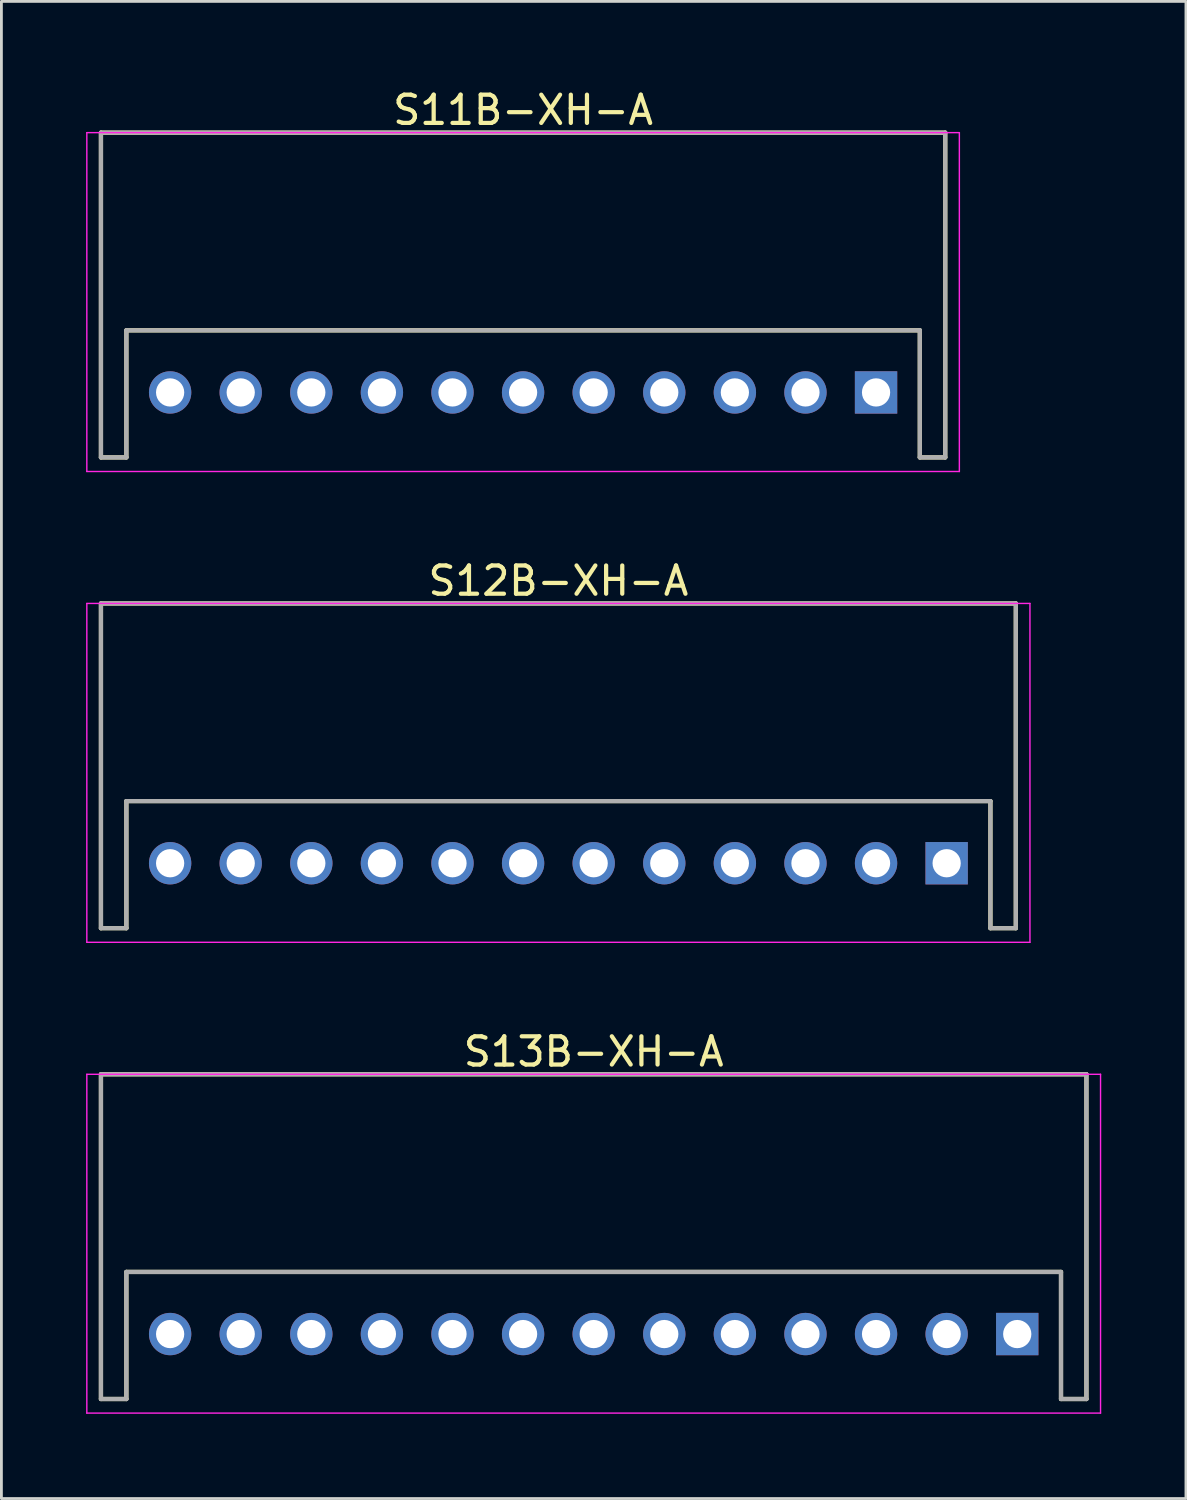
<source format=kicad_pcb>
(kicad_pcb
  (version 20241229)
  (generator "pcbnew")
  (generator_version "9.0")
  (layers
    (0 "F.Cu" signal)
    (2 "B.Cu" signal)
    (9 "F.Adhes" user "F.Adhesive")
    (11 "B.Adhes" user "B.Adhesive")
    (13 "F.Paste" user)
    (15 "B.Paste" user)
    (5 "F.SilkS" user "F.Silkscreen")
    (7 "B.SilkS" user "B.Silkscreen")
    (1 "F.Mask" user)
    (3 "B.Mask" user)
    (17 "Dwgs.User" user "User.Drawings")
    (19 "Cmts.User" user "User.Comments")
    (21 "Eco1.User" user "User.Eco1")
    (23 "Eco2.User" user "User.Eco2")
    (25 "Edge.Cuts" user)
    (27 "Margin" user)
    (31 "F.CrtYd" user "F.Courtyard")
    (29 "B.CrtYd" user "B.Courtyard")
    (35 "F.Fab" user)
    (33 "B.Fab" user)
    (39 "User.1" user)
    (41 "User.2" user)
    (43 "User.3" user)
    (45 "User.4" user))
  (footprint "S11B-XH-A"
    (layer "F.Cu")
    (at 15.475 10.848)
    (property "Reference" "S11B-XH-A" (at 0 -10 0) (layer "F.SilkS") (effects (font (size 1 1) (thickness 0.15))))
    (attr smd)
    (fp_line (start -14.95 -9.2) (end -14.95 2.3) (stroke (width 0.15) (type solid)) (layer "F.SilkS"))
    (fp_line (start -14.95 -9.2) (end 14.95 -9.2) (stroke (width 0.15) (type solid)) (layer "F.SilkS"))
    (fp_line (start -14.95 2.3) (end -14.05 2.3) (stroke (width 0.15) (type solid)) (layer "F.SilkS"))
    (fp_line (start -14.05 -2.2) (end -14.05 2.3) (stroke (width 0.15) (type solid)) (layer "F.SilkS"))
    (fp_line (start -14.05 -2.2) (end 14.05 -2.2) (stroke (width 0.15) (type solid)) (layer "F.SilkS"))
    (fp_line (start 14.05 -2.2) (end 14.05 2.3) (stroke (width 0.15) (type solid)) (layer "F.SilkS"))
    (fp_line (start 14.05 2.3) (end 14.95 2.3) (stroke (width 0.15) (type solid)) (layer "F.SilkS"))
    (fp_line (start 14.95 -9.2) (end 14.95 2.3) (stroke (width 0.15) (type solid)) (layer "F.SilkS"))
    (fp_line (start -15.45 -9.2) (end -15.45 2.8) (stroke (width 0.05) (type solid)) (layer "F.CrtYd"))
    (fp_line (start -15.45 -9.2) (end 15.45 -9.2) (stroke (width 0.05) (type solid)) (layer "F.CrtYd"))
    (fp_line (start -15.45 2.8) (end 15.45 2.8) (stroke (width 0.05) (type solid)) (layer "F.CrtYd"))
    (fp_line (start 15.45 -9.2) (end 15.45 2.8) (stroke (width 0.05) (type solid)) (layer "F.CrtYd"))
    (fp_line (start -14.95 -9.2) (end -14.95 2.3) (stroke (width 0.15) (type solid)) (layer "F.Fab"))
    (fp_line (start -14.95 -9.2) (end 14.95 -9.2) (stroke (width 0.15) (type solid)) (layer "F.Fab"))
    (fp_line (start -14.95 2.3) (end -14.05 2.3) (stroke (width 0.15) (type solid)) (layer "F.Fab"))
    (fp_line (start -14.05 -2.2) (end -14.05 2.3) (stroke (width 0.15) (type solid)) (layer "F.Fab"))
    (fp_line (start -14.05 -2.2) (end 14.05 -2.2) (stroke (width 0.15) (type solid)) (layer "F.Fab"))
    (fp_line (start 14.05 -2.2) (end 14.05 2.3) (stroke (width 0.15) (type solid)) (layer "F.Fab"))
    (fp_line (start 14.05 2.3) (end 14.95 2.3) (stroke (width 0.15) (type solid)) (layer "F.Fab"))
    (fp_line (start 14.95 -9.2) (end 14.95 2.3) (stroke (width 0.15) (type solid)) (layer "F.Fab"))
    (pad "1" thru_hole rect (at 12.5 0 180) (size 1.5 1.5) (drill 1) (layers "*.Cu" "*.Mask"))
    (pad "2" thru_hole circle (at 10 0 180) (size 1.5 1.5) (drill 1) (layers "*.Cu" "*.Mask"))
    (pad "3" thru_hole circle (at 7.5 0 180) (size 1.5 1.5) (drill 1) (layers "*.Cu" "*.Mask"))
    (pad "4" thru_hole circle (at 5 0 180) (size 1.5 1.5) (drill 1) (layers "*.Cu" "*.Mask"))
    (pad "5" thru_hole circle (at 2.5 0 180) (size 1.5 1.5) (drill 1) (layers "*.Cu" "*.Mask"))
    (pad "6" thru_hole circle (at 0 0 180) (size 1.5 1.5) (drill 1) (layers "*.Cu" "*.Mask"))
    (pad "7" thru_hole circle (at -2.5 0 180) (size 1.5 1.5) (drill 1) (layers "*.Cu" "*.Mask"))
    (pad "8" thru_hole circle (at -5 0 180) (size 1.5 1.5) (drill 1) (layers "*.Cu" "*.Mask"))
    (pad "9" thru_hole circle (at -7.5 0 180) (size 1.5 1.5) (drill 1) (layers "*.Cu" "*.Mask"))
    (pad "10" thru_hole circle (at -10 0 180) (size 1.5 1.5) (drill 1) (layers "*.Cu" "*.Mask"))
    (pad "11" thru_hole circle (at -12.5 0 180) (size 1.5 1.5) (drill 1) (layers "*.Cu" "*.Mask")))
  (footprint "S13B-XH-A"
    (layer "F.Cu")
    (at 17.975 44.195)
    (property "Reference" "S13B-XH-A" (at 0 -10 0) (layer "F.SilkS") (effects (font (size 1 1) (thickness 0.15))))
    (attr smd)
    (fp_line (start -17.45 -9.2) (end -17.45 2.3) (stroke (width 0.15) (type solid)) (layer "F.SilkS"))
    (fp_line (start -17.45 -9.2) (end 17.45 -9.2) (stroke (width 0.15) (type solid)) (layer "F.SilkS"))
    (fp_line (start -17.45 2.3) (end -16.55 2.3) (stroke (width 0.15) (type solid)) (layer "F.SilkS"))
    (fp_line (start -16.55 -2.2) (end -16.55 2.3) (stroke (width 0.15) (type solid)) (layer "F.SilkS"))
    (fp_line (start -16.55 -2.2) (end 16.55 -2.2) (stroke (width 0.15) (type solid)) (layer "F.SilkS"))
    (fp_line (start 16.55 -2.2) (end 16.55 2.3) (stroke (width 0.15) (type solid)) (layer "F.SilkS"))
    (fp_line (start 16.55 2.3) (end 17.45 2.3) (stroke (width 0.15) (type solid)) (layer "F.SilkS"))
    (fp_line (start 17.45 -9.2) (end 17.45 2.3) (stroke (width 0.15) (type solid)) (layer "F.SilkS"))
    (fp_line (start -17.95 -9.2) (end -17.95 2.8) (stroke (width 0.05) (type solid)) (layer "F.CrtYd"))
    (fp_line (start -17.95 -9.2) (end 17.95 -9.2) (stroke (width 0.05) (type solid)) (layer "F.CrtYd"))
    (fp_line (start -17.95 2.8) (end 17.95 2.8) (stroke (width 0.05) (type solid)) (layer "F.CrtYd"))
    (fp_line (start 17.95 -9.2) (end 17.95 2.8) (stroke (width 0.05) (type solid)) (layer "F.CrtYd"))
    (fp_line (start -17.45 -9.2) (end -17.45 2.3) (stroke (width 0.15) (type solid)) (layer "F.Fab"))
    (fp_line (start -17.45 -9.2) (end 17.45 -9.2) (stroke (width 0.15) (type solid)) (layer "F.Fab"))
    (fp_line (start -17.45 2.3) (end -16.55 2.3) (stroke (width 0.15) (type solid)) (layer "F.Fab"))
    (fp_line (start -16.55 -2.2) (end -16.55 2.3) (stroke (width 0.15) (type solid)) (layer "F.Fab"))
    (fp_line (start -16.55 -2.2) (end 16.55 -2.2) (stroke (width 0.15) (type solid)) (layer "F.Fab"))
    (fp_line (start 16.55 -2.2) (end 16.55 2.3) (stroke (width 0.15) (type solid)) (layer "F.Fab"))
    (fp_line (start 16.55 2.3) (end 17.45 2.3) (stroke (width 0.15) (type solid)) (layer "F.Fab"))
    (fp_line (start 17.45 -9.2) (end 17.45 2.3) (stroke (width 0.15) (type solid)) (layer "F.Fab"))
    (pad "1" thru_hole rect (at 15 0 180) (size 1.5 1.5) (drill 1) (layers "*.Cu" "*.Mask"))
    (pad "2" thru_hole circle (at 12.5 0 180) (size 1.5 1.5) (drill 1) (layers "*.Cu" "*.Mask"))
    (pad "3" thru_hole circle (at 10 0 180) (size 1.5 1.5) (drill 1) (layers "*.Cu" "*.Mask"))
    (pad "4" thru_hole circle (at 7.5 0 180) (size 1.5 1.5) (drill 1) (layers "*.Cu" "*.Mask"))
    (pad "5" thru_hole circle (at 5 0 180) (size 1.5 1.5) (drill 1) (layers "*.Cu" "*.Mask"))
    (pad "6" thru_hole circle (at 2.5 0 180) (size 1.5 1.5) (drill 1) (layers "*.Cu" "*.Mask"))
    (pad "7" thru_hole circle (at 0 0 180) (size 1.5 1.5) (drill 1) (layers "*.Cu" "*.Mask"))
    (pad "8" thru_hole circle (at -2.5 0 180) (size 1.5 1.5) (drill 1) (layers "*.Cu" "*.Mask"))
    (pad "9" thru_hole circle (at -5 0 180) (size 1.5 1.5) (drill 1) (layers "*.Cu" "*.Mask"))
    (pad "10" thru_hole circle (at -7.5 0 180) (size 1.5 1.5) (drill 1) (layers "*.Cu" "*.Mask"))
    (pad "11" thru_hole circle (at -10 0 180) (size 1.5 1.5) (drill 1) (layers "*.Cu" "*.Mask"))
    (pad "12" thru_hole circle (at -12.5 0 180) (size 1.5 1.5) (drill 1) (layers "*.Cu" "*.Mask"))
    (pad "13" thru_hole circle (at -15 0 180) (size 1.5 1.5) (drill 1) (layers "*.Cu" "*.Mask")))
  (footprint "S12B-XH-A"
    (layer "F.Cu")
    (at 16.725 27.521)
    (property "Reference" "S12B-XH-A" (at 0 -10 0) (layer "F.SilkS") (effects (font (size 1 1) (thickness 0.15))))
    (attr smd)
    (fp_line (start -16.2 -9.2) (end -16.2 2.3) (stroke (width 0.15) (type solid)) (layer "F.SilkS"))
    (fp_line (start -16.2 -9.2) (end 16.2 -9.2) (stroke (width 0.15) (type solid)) (layer "F.SilkS"))
    (fp_line (start -16.2 2.3) (end -15.3 2.3) (stroke (width 0.15) (type solid)) (layer "F.SilkS"))
    (fp_line (start -15.3 -2.2) (end -15.3 2.3) (stroke (width 0.15) (type solid)) (layer "F.SilkS"))
    (fp_line (start -15.3 -2.2) (end 15.3 -2.2) (stroke (width 0.15) (type solid)) (layer "F.SilkS"))
    (fp_line (start 15.3 -2.2) (end 15.3 2.3) (stroke (width 0.15) (type solid)) (layer "F.SilkS"))
    (fp_line (start 15.3 2.3) (end 16.2 2.3) (stroke (width 0.15) (type solid)) (layer "F.SilkS"))
    (fp_line (start 16.2 -9.2) (end 16.2 2.3) (stroke (width 0.15) (type solid)) (layer "F.SilkS"))
    (fp_line (start -16.7 -9.2) (end -16.7 2.8) (stroke (width 0.05) (type solid)) (layer "F.CrtYd"))
    (fp_line (start -16.7 -9.2) (end 16.7 -9.2) (stroke (width 0.05) (type solid)) (layer "F.CrtYd"))
    (fp_line (start -16.7 2.8) (end 16.7 2.8) (stroke (width 0.05) (type solid)) (layer "F.CrtYd"))
    (fp_line (start 16.7 -9.2) (end 16.7 2.8) (stroke (width 0.05) (type solid)) (layer "F.CrtYd"))
    (fp_line (start -16.2 -9.2) (end -16.2 2.3) (stroke (width 0.15) (type solid)) (layer "F.Fab"))
    (fp_line (start -16.2 -9.2) (end 16.2 -9.2) (stroke (width 0.15) (type solid)) (layer "F.Fab"))
    (fp_line (start -16.2 2.3) (end -15.3 2.3) (stroke (width 0.15) (type solid)) (layer "F.Fab"))
    (fp_line (start -15.3 -2.2) (end -15.3 2.3) (stroke (width 0.15) (type solid)) (layer "F.Fab"))
    (fp_line (start -15.3 -2.2) (end 15.3 -2.2) (stroke (width 0.15) (type solid)) (layer "F.Fab"))
    (fp_line (start 15.3 -2.2) (end 15.3 2.3) (stroke (width 0.15) (type solid)) (layer "F.Fab"))
    (fp_line (start 15.3 2.3) (end 16.2 2.3) (stroke (width 0.15) (type solid)) (layer "F.Fab"))
    (fp_line (start 16.2 -9.2) (end 16.2 2.3) (stroke (width 0.15) (type solid)) (layer "F.Fab"))
    (pad "1" thru_hole rect (at 13.75 0 180) (size 1.5 1.5) (drill 1) (layers "*.Cu" "*.Mask"))
    (pad "2" thru_hole circle (at 11.25 0 180) (size 1.5 1.5) (drill 1) (layers "*.Cu" "*.Mask"))
    (pad "3" thru_hole circle (at 8.75 0 180) (size 1.5 1.5) (drill 1) (layers "*.Cu" "*.Mask"))
    (pad "4" thru_hole circle (at 6.25 0 180) (size 1.5 1.5) (drill 1) (layers "*.Cu" "*.Mask"))
    (pad "5" thru_hole circle (at 3.75 0 180) (size 1.5 1.5) (drill 1) (layers "*.Cu" "*.Mask"))
    (pad "6" thru_hole circle (at 1.25 0 180) (size 1.5 1.5) (drill 1) (layers "*.Cu" "*.Mask"))
    (pad "7" thru_hole circle (at -1.25 0 180) (size 1.5 1.5) (drill 1) (layers "*.Cu" "*.Mask"))
    (pad "8" thru_hole circle (at -3.75 0 180) (size 1.5 1.5) (drill 1) (layers "*.Cu" "*.Mask"))
    (pad "9" thru_hole circle (at -6.25 0 180) (size 1.5 1.5) (drill 1) (layers "*.Cu" "*.Mask"))
    (pad "10" thru_hole circle (at -8.75 0 180) (size 1.5 1.5) (drill 1) (layers "*.Cu" "*.Mask"))
    (pad "11" thru_hole circle (at -11.25 0 180) (size 1.5 1.5) (drill 1) (layers "*.Cu" "*.Mask"))
    (pad "12" thru_hole circle (at -13.75 0 180) (size 1.5 1.5) (drill 1) (layers "*.Cu" "*.Mask")))
  (gr_rect
    (start -3 -3)
    (end 38.95 50.02)
    (stroke (width 0.1) (type default))
    (fill no)
    (layer "Edge.Cuts")))
</source>
